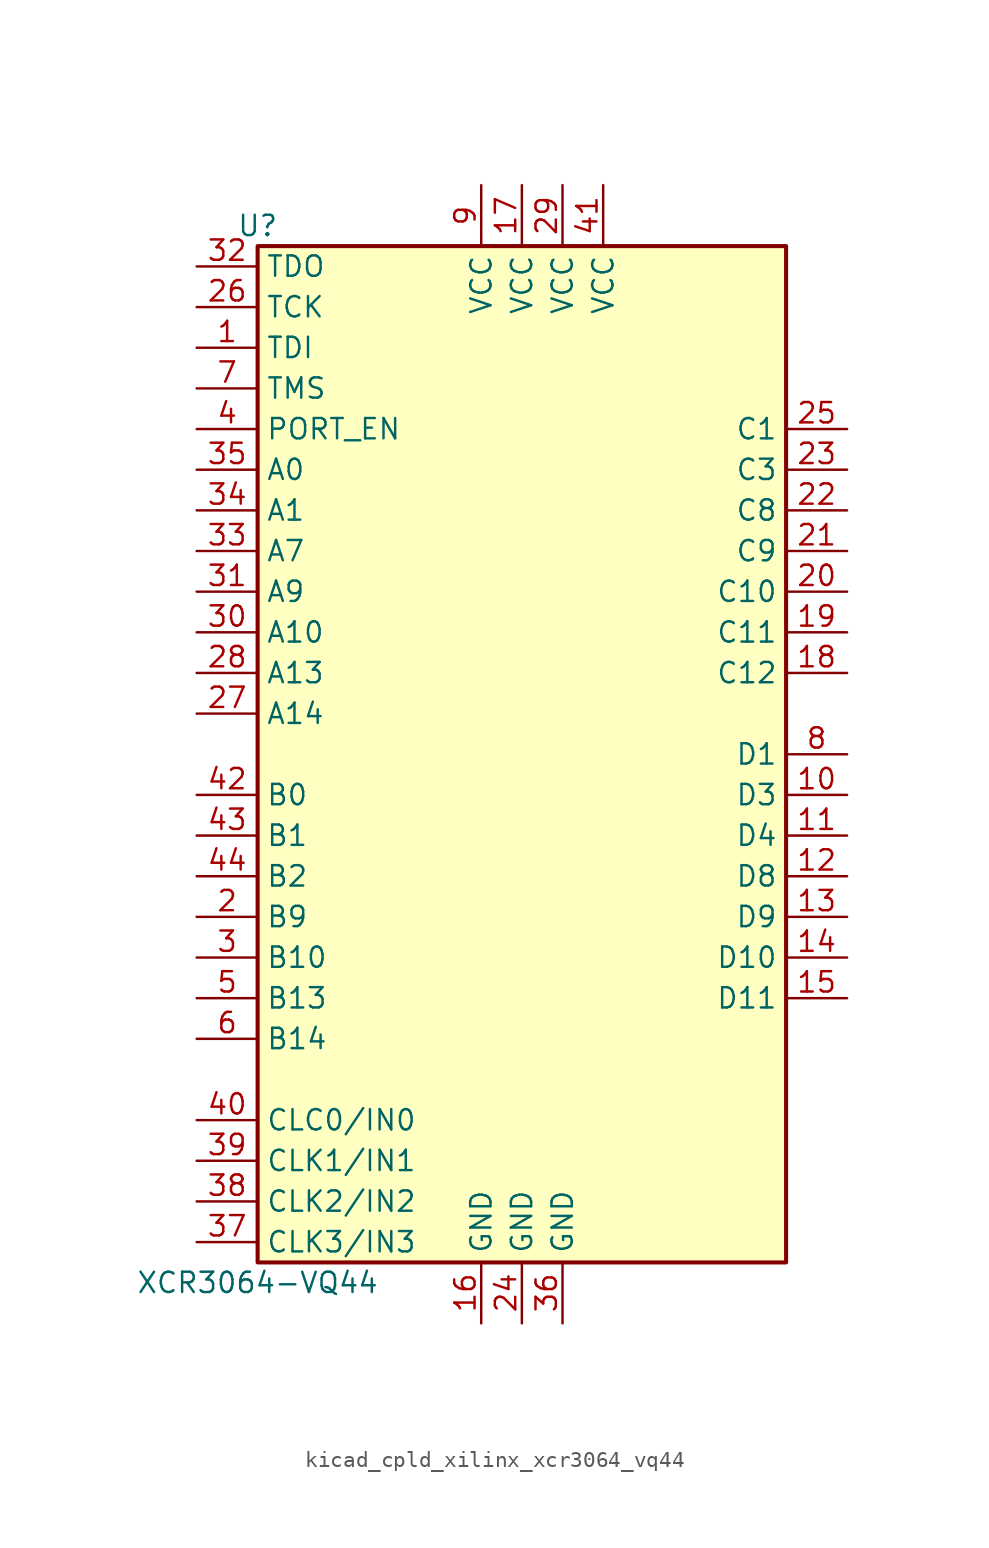
<source format=kicad_sym>
(kicad_symbol_lib
  (version 20220914)
  (generator kicad_symbol_editor)
  (symbol "kicad_cpld_xilinx_xcr3064_vq44"
    (property "Reference" "U"
      (at -16.51 33.02 0)
      (effects (font (size 1.27 1.27))))
    (property "Value" "XCR3064-VQ44"
      (at -16.51 -33.02 0)
      (effects (font (size 1.27 1.27))))
    (symbol "kicad_cpld_xilinx_xcr3064_vq44_1_1"
      (rectangle (start -16.51 31.75) (end 16.51 -31.75) (stroke (width 0.254) (type default)) (fill (type background)))
      (pin passive line (at -20.32 25.4 0) (length 3.81) (name "TDI" (effects (font (size 1.27 1.27)))) (number "1" (effects (font (size 1.27 1.27)))))
      (pin passive line (at 20.32 -2.54 180) (length 3.81) (name "D3" (effects (font (size 1.27 1.27)))) (number "10" (effects (font (size 1.27 1.27)))))
      (pin passive line (at 20.32 -5.08 180) (length 3.81) (name "D4" (effects (font (size 1.27 1.27)))) (number "11" (effects (font (size 1.27 1.27)))))
      (pin passive line (at 20.32 -7.62 180) (length 3.81) (name "D8" (effects (font (size 1.27 1.27)))) (number "12" (effects (font (size 1.27 1.27)))))
      (pin passive line (at 20.32 -10.16 180) (length 3.81) (name "D9" (effects (font (size 1.27 1.27)))) (number "13" (effects (font (size 1.27 1.27)))))
      (pin passive line (at 20.32 -12.7 180) (length 3.81) (name "D10" (effects (font (size 1.27 1.27)))) (number "14" (effects (font (size 1.27 1.27)))))
      (pin passive line (at 20.32 -15.24 180) (length 3.81) (name "D11" (effects (font (size 1.27 1.27)))) (number "15" (effects (font (size 1.27 1.27)))))
      (pin power_in line (at -2.54 -35.56 90) (length 3.81) (name "GND" (effects (font (size 1.27 1.27)))) (number "16" (effects (font (size 1.27 1.27)))))
      (pin power_in line (at 0 35.56 270) (length 3.81) (name "VCC" (effects (font (size 1.27 1.27)))) (number "17" (effects (font (size 1.27 1.27)))))
      (pin passive line (at 20.32 5.08 180) (length 3.81) (name "C12" (effects (font (size 1.27 1.27)))) (number "18" (effects (font (size 1.27 1.27)))))
      (pin passive line (at 20.32 7.62 180) (length 3.81) (name "C11" (effects (font (size 1.27 1.27)))) (number "19" (effects (font (size 1.27 1.27)))))
      (pin passive line (at -20.32 -10.16 0) (length 3.81) (name "B9" (effects (font (size 1.27 1.27)))) (number "2" (effects (font (size 1.27 1.27)))))
      (pin passive line (at 20.32 10.16 180) (length 3.81) (name "C10" (effects (font (size 1.27 1.27)))) (number "20" (effects (font (size 1.27 1.27)))))
      (pin passive line (at 20.32 12.7 180) (length 3.81) (name "C9" (effects (font (size 1.27 1.27)))) (number "21" (effects (font (size 1.27 1.27)))))
      (pin passive line (at 20.32 15.24 180) (length 3.81) (name "C8" (effects (font (size 1.27 1.27)))) (number "22" (effects (font (size 1.27 1.27)))))
      (pin passive line (at 20.32 17.78 180) (length 3.81) (name "C3" (effects (font (size 1.27 1.27)))) (number "23" (effects (font (size 1.27 1.27)))))
      (pin power_in line (at 0 -35.56 90) (length 3.81) (name "GND" (effects (font (size 1.27 1.27)))) (number "24" (effects (font (size 1.27 1.27)))))
      (pin passive line (at 20.32 20.32 180) (length 3.81) (name "C1" (effects (font (size 1.27 1.27)))) (number "25" (effects (font (size 1.27 1.27)))))
      (pin passive line (at -20.32 27.94 0) (length 3.81) (name "TCK" (effects (font (size 1.27 1.27)))) (number "26" (effects (font (size 1.27 1.27)))))
      (pin passive line (at -20.32 2.54 0) (length 3.81) (name "A14" (effects (font (size 1.27 1.27)))) (number "27" (effects (font (size 1.27 1.27)))))
      (pin passive line (at -20.32 5.08 0) (length 3.81) (name "A13" (effects (font (size 1.27 1.27)))) (number "28" (effects (font (size 1.27 1.27)))))
      (pin power_in line (at 2.54 35.56 270) (length 3.81) (name "VCC" (effects (font (size 1.27 1.27)))) (number "29" (effects (font (size 1.27 1.27)))))
      (pin passive line (at -20.32 -12.7 0) (length 3.81) (name "B10" (effects (font (size 1.27 1.27)))) (number "3" (effects (font (size 1.27 1.27)))))
      (pin passive line (at -20.32 7.62 0) (length 3.81) (name "A10" (effects (font (size 1.27 1.27)))) (number "30" (effects (font (size 1.27 1.27)))))
      (pin passive line (at -20.32 10.16 0) (length 3.81) (name "A9" (effects (font (size 1.27 1.27)))) (number "31" (effects (font (size 1.27 1.27)))))
      (pin passive line (at -20.32 30.48 0) (length 3.81) (name "TDO" (effects (font (size 1.27 1.27)))) (number "32" (effects (font (size 1.27 1.27)))))
      (pin passive line (at -20.32 12.7 0) (length 3.81) (name "A7" (effects (font (size 1.27 1.27)))) (number "33" (effects (font (size 1.27 1.27)))))
      (pin passive line (at -20.32 15.24 0) (length 3.81) (name "A1" (effects (font (size 1.27 1.27)))) (number "34" (effects (font (size 1.27 1.27)))))
      (pin passive line (at -20.32 17.78 0) (length 3.81) (name "A0" (effects (font (size 1.27 1.27)))) (number "35" (effects (font (size 1.27 1.27)))))
      (pin power_in line (at 2.54 -35.56 90) (length 3.81) (name "GND" (effects (font (size 1.27 1.27)))) (number "36" (effects (font (size 1.27 1.27)))))
      (pin input line (at -20.32 -30.48 0) (length 3.81) (name "CLK3/IN3" (effects (font (size 1.27 1.27)))) (number "37" (effects (font (size 1.27 1.27)))))
      (pin input line (at -20.32 -27.94 0) (length 3.81) (name "CLK2/IN2" (effects (font (size 1.27 1.27)))) (number "38" (effects (font (size 1.27 1.27)))))
      (pin input line (at -20.32 -25.4 0) (length 3.81) (name "CLK1/IN1" (effects (font (size 1.27 1.27)))) (number "39" (effects (font (size 1.27 1.27)))))
      (pin passive line (at -20.32 20.32 0) (length 3.81) (name "PORT_EN" (effects (font (size 1.27 1.27)))) (number "4" (effects (font (size 1.27 1.27)))))
      (pin input line (at -20.32 -22.86 0) (length 3.81) (name "CLC0/IN0" (effects (font (size 1.27 1.27)))) (number "40" (effects (font (size 1.27 1.27)))))
      (pin power_in line (at 5.08 35.56 270) (length 3.81) (name "VCC" (effects (font (size 1.27 1.27)))) (number "41" (effects (font (size 1.27 1.27)))))
      (pin passive line (at -20.32 -2.54 0) (length 3.81) (name "B0" (effects (font (size 1.27 1.27)))) (number "42" (effects (font (size 1.27 1.27)))))
      (pin passive line (at -20.32 -5.08 0) (length 3.81) (name "B1" (effects (font (size 1.27 1.27)))) (number "43" (effects (font (size 1.27 1.27)))))
      (pin passive line (at -20.32 -7.62 0) (length 3.81) (name "B2" (effects (font (size 1.27 1.27)))) (number "44" (effects (font (size 1.27 1.27)))))
      (pin passive line (at -20.32 -15.24 0) (length 3.81) (name "B13" (effects (font (size 1.27 1.27)))) (number "5" (effects (font (size 1.27 1.27)))))
      (pin passive line (at -20.32 -17.78 0) (length 3.81) (name "B14" (effects (font (size 1.27 1.27)))) (number "6" (effects (font (size 1.27 1.27)))))
      (pin passive line (at -20.32 22.86 0) (length 3.81) (name "TMS" (effects (font (size 1.27 1.27)))) (number "7" (effects (font (size 1.27 1.27)))))
      (pin passive line (at 20.32 0 180) (length 3.81) (name "D1" (effects (font (size 1.27 1.27)))) (number "8" (effects (font (size 1.27 1.27)))))
      (pin power_in line (at -2.54 35.56 270) (length 3.81) (name "VCC" (effects (font (size 1.27 1.27)))) (number "9" (effects (font (size 1.27 1.27))))))))
</source>
